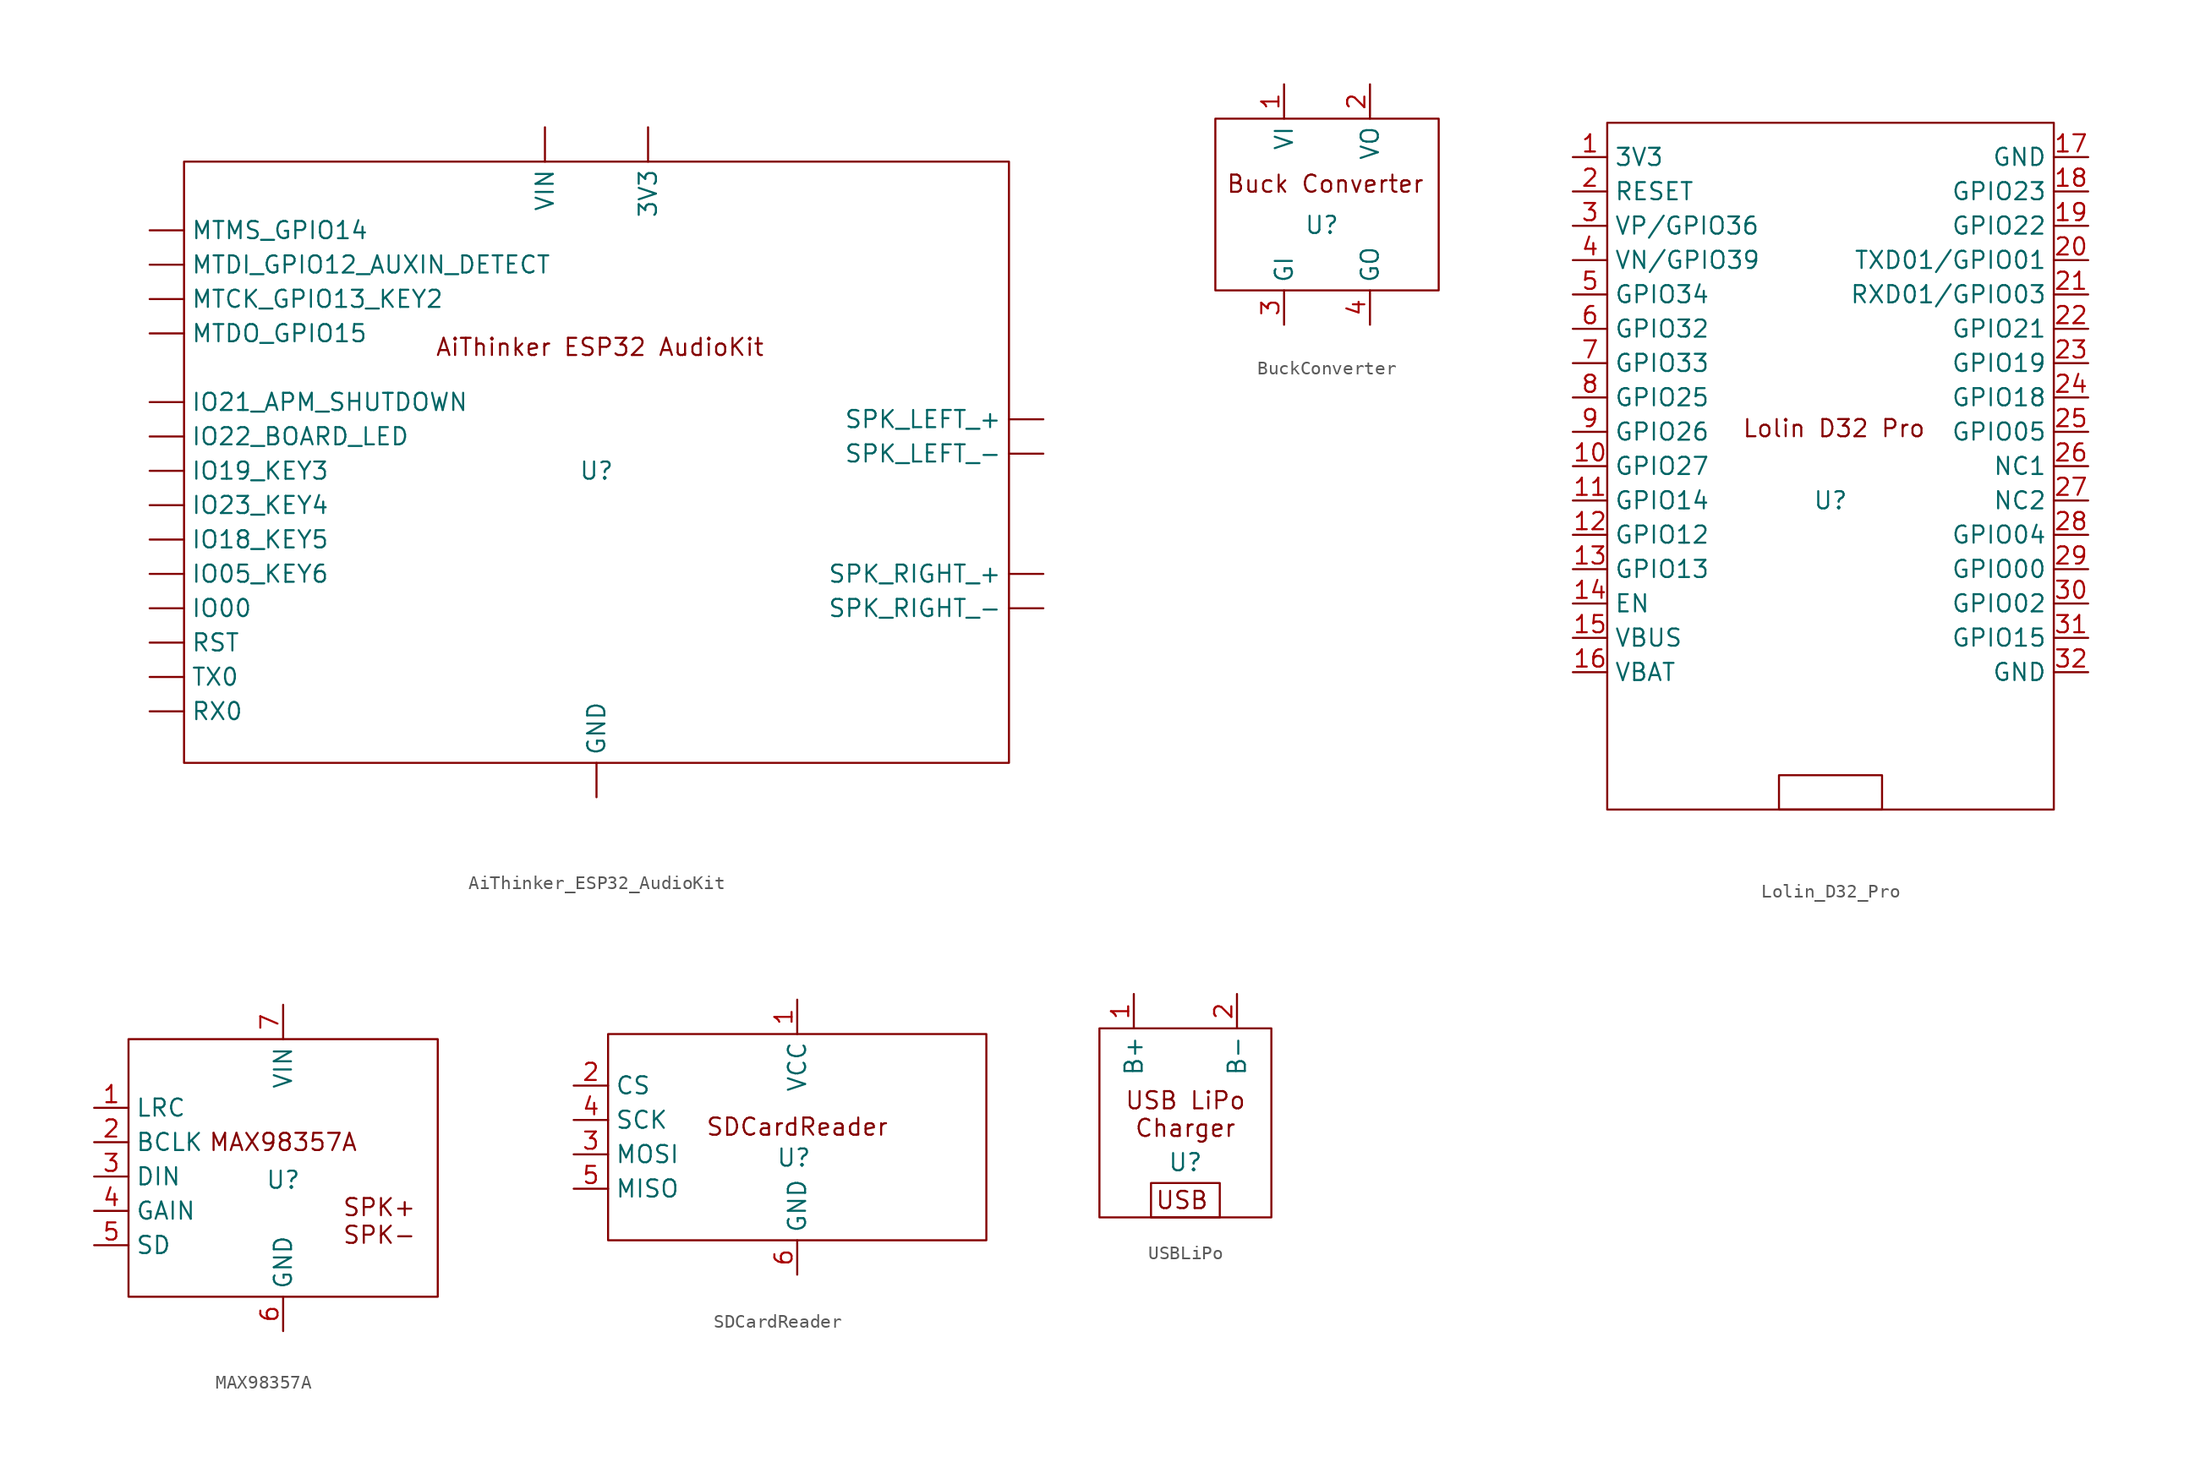
<source format=kicad_sym>
(kicad_symbol_lib
  (version 20241209)
  (generator "kicad_symbol_editor")
  (generator_version "9.0")
  (symbol "AiThinker_ESP32_AudioKit"
    (property "Reference" "U"
      (at 0 0 0)
      (effects (font (size 1.27 1.27))))
    (property "Value" ""
      (at 0 0 0)
      (effects (font (size 1.27 1.27))))
    (symbol "AiThinker_ESP32_AudioKit_0_1"
      (rectangle (start -30.48 22.86) (end 30.48 -21.59) (stroke (width 0) (type default)) (fill (type none))))
    (symbol "AiThinker_ESP32_AudioKit_1_1"
      (text "AiThinker ESP32 AudioKit" (at 0.254 9.144 0) (effects (font (size 1.27 1.27))))
      (pin bidirectional line (at -33.02 17.78 0) (length 2.54) (name "MTMS_GPIO14" (effects (font (size 1.27 1.27)))) (number "" (effects (font (size 1.27 1.27)))))
      (pin bidirectional line (at -33.02 15.24 0) (length 2.54) (name "MTDI_GPIO12_AUXIN_DETECT" (effects (font (size 1.27 1.27)))) (number "" (effects (font (size 1.27 1.27)))))
      (pin bidirectional line (at -33.02 12.7 0) (length 2.54) (name "MTCK_GPIO13_KEY2" (effects (font (size 1.27 1.27)))) (number "" (effects (font (size 1.27 1.27)))))
      (pin bidirectional line (at -33.02 10.16 0) (length 2.54) (name "MTDO_GPIO15" (effects (font (size 1.27 1.27)))) (number "" (effects (font (size 1.27 1.27)))))
      (pin bidirectional line (at -33.02 5.08 0) (length 2.54) (name "IO21_APM_SHUTDOWN" (effects (font (size 1.27 1.27)))) (number "" (effects (font (size 1.27 1.27)))))
      (pin bidirectional line (at -33.02 2.54 0) (length 2.54) (name "IO22_BOARD_LED" (effects (font (size 1.27 1.27)))) (number "" (effects (font (size 1.27 1.27)))))
      (pin bidirectional line (at -33.02 0 0) (length 2.54) (name "IO19_KEY3" (effects (font (size 1.27 1.27)))) (number "" (effects (font (size 1.27 1.27)))))
      (pin bidirectional line (at -33.02 -2.54 0) (length 2.54) (name "IO23_KEY4" (effects (font (size 1.27 1.27)))) (number "" (effects (font (size 1.27 1.27)))))
      (pin bidirectional line (at -33.02 -5.08 0) (length 2.54) (name "IO18_KEY5" (effects (font (size 1.27 1.27)))) (number "" (effects (font (size 1.27 1.27)))))
      (pin bidirectional line (at -33.02 -7.62 0) (length 2.54) (name "IO05_KEY6" (effects (font (size 1.27 1.27)))) (number "" (effects (font (size 1.27 1.27)))))
      (pin bidirectional line (at -33.02 -10.16 0) (length 2.54) (name "IO00" (effects (font (size 1.27 1.27)))) (number "" (effects (font (size 1.27 1.27)))))
      (pin bidirectional line (at -33.02 -12.7 0) (length 2.54) (name "RST" (effects (font (size 1.27 1.27)))) (number "" (effects (font (size 1.27 1.27)))))
      (pin bidirectional line (at -33.02 -15.24 0) (length 2.54) (name "TX0" (effects (font (size 1.27 1.27)))) (number "" (effects (font (size 1.27 1.27)))))
      (pin bidirectional line (at -33.02 -17.78 0) (length 2.54) (name "RX0" (effects (font (size 1.27 1.27)))) (number "" (effects (font (size 1.27 1.27)))))
      (pin power_in line (at -3.81 25.4 270) (length 2.54) (name "VIN" (effects (font (size 1.27 1.27)))) (number "" (effects (font (size 1.27 1.27)))))
      (pin power_in line (at 0 -24.13 90) (length 2.54) (name "GND" (effects (font (size 1.27 1.27)))) (number "" (effects (font (size 1.27 1.27)))))
      (pin power_out line (at 3.81 25.4 270) (length 2.54) (name "3V3" (effects (font (size 1.27 1.27)))) (number "" (effects (font (size 1.27 1.27)))))
      (pin output line (at 33.02 3.81 180) (length 2.54) (name "SPK_LEFT_+" (effects (font (size 1.27 1.27)))) (number "" (effects (font (size 1.27 1.27)))))
      (pin output line (at 33.02 1.27 180) (length 2.54) (name "SPK_LEFT_-" (effects (font (size 1.27 1.27)))) (number "" (effects (font (size 1.27 1.27)))))
      (pin output line (at 33.02 -7.62 180) (length 2.54) (name "SPK_RIGHT_+" (effects (font (size 1.27 1.27)))) (number "" (effects (font (size 1.27 1.27)))))
      (pin output line (at 33.02 -10.16 180) (length 2.54) (name "SPK_RIGHT_-" (effects (font (size 1.27 1.27)))) (number "" (effects (font (size 1.27 1.27)))))))
  (symbol "BuckConverter"
    (property "Reference" "U"
      (at 0.254 -0.254 0)
      (effects (font (size 1.27 1.27))))
    (property "Value" ""
      (at 0 1.27 0)
      (effects (font (size 1.27 1.27))))
    (symbol "BuckConverter_0_1"
      (rectangle (start -7.62 7.62) (end 8.89 -5.08) (stroke (width 0) (type default)) (fill (type none))))
    (symbol "BuckConverter_1_1"
      (text "Buck Converter\n" (at 0.508 2.794 0) (effects (font (size 1.27 1.27))))
      (pin power_in line (at -2.54 10.16 270) (length 2.54) (name "VI" (effects (font (size 1.27 1.27)))) (number "1" (effects (font (size 1.27 1.27)))))
      (pin power_in line (at -2.54 -7.62 90) (length 2.54) (name "GI" (effects (font (size 1.27 1.27)))) (number "3" (effects (font (size 1.27 1.27)))))
      (pin power_in line (at 3.81 10.16 270) (length 2.54) (name "VO" (effects (font (size 1.27 1.27)))) (number "2" (effects (font (size 1.27 1.27)))))
      (pin power_in line (at 3.81 -7.62 90) (length 2.54) (name "GO" (effects (font (size 1.27 1.27)))) (number "4" (effects (font (size 1.27 1.27)))))))
  (symbol "Lolin_D32_Pro"
    (property "Reference" "U"
      (at 0 0 0)
      (effects (font (size 1.27 1.27))))
    (property "Value" ""
      (at 0 0 0)
      (effects (font (size 1.27 1.27))))
    (symbol "Lolin_D32_Pro_0_1"
      (rectangle (start -16.51 27.94) (end 16.51 -22.86) (stroke (width 0) (type default)) (fill (type none)))
      (rectangle (start -3.81 -20.32) (end 3.81 -22.86) (stroke (width 0) (type default)) (fill (type none))))
    (symbol "Lolin_D32_Pro_1_1"
      (text "Lolin D32 Pro" (at 0.254 5.334 0) (effects (font (size 1.27 1.27))))
      (pin power_in line (at -19.05 25.4 0) (length 2.54) (name "3V3" (effects (font (size 1.27 1.27)))) (number "1" (effects (font (size 1.27 1.27)))))
      (pin input line (at -19.05 22.86 0) (length 2.54) (name "RESET" (effects (font (size 1.27 1.27)))) (number "2" (effects (font (size 1.27 1.27)))))
      (pin input line (at -19.05 20.32 0) (length 2.54) (name "VP/GPIO36" (effects (font (size 1.27 1.27)))) (number "3" (effects (font (size 1.27 1.27)))))
      (pin input line (at -19.05 17.78 0) (length 2.54) (name "VN/GPIO39" (effects (font (size 1.27 1.27)))) (number "4" (effects (font (size 1.27 1.27)))))
      (pin input line (at -19.05 15.24 0) (length 2.54) (name "GPIO34" (effects (font (size 1.27 1.27)))) (number "5" (effects (font (size 1.27 1.27)))))
      (pin input line (at -19.05 12.7 0) (length 2.54) (name "GPIO32" (effects (font (size 1.27 1.27)))) (number "6" (effects (font (size 1.27 1.27)))))
      (pin bidirectional line (at -19.05 10.16 0) (length 2.54) (name "GPIO33" (effects (font (size 1.27 1.27)))) (number "7" (effects (font (size 1.27 1.27)))))
      (pin bidirectional line (at -19.05 7.62 0) (length 2.54) (name "GPIO25" (effects (font (size 1.27 1.27)))) (number "8" (effects (font (size 1.27 1.27)))))
      (pin bidirectional line (at -19.05 5.08 0) (length 2.54) (name "GPIO26" (effects (font (size 1.27 1.27)))) (number "9" (effects (font (size 1.27 1.27)))))
      (pin bidirectional line (at -19.05 2.54 0) (length 2.54) (name "GPIO27" (effects (font (size 1.27 1.27)))) (number "10" (effects (font (size 1.27 1.27)))))
      (pin bidirectional line (at -19.05 0 0) (length 2.54) (name "GPIO14" (effects (font (size 1.27 1.27)))) (number "11" (effects (font (size 1.27 1.27)))))
      (pin bidirectional line (at -19.05 -2.54 0) (length 2.54) (name "GPIO12" (effects (font (size 1.27 1.27)))) (number "12" (effects (font (size 1.27 1.27)))))
      (pin bidirectional line (at -19.05 -5.08 0) (length 2.54) (name "GPIO13" (effects (font (size 1.27 1.27)))) (number "13" (effects (font (size 1.27 1.27)))))
      (pin bidirectional line (at -19.05 -7.62 0) (length 2.54) (name "EN" (effects (font (size 1.27 1.27)))) (number "14" (effects (font (size 1.27 1.27)))))
      (pin power_in line (at -19.05 -10.16 0) (length 2.54) (name "VBUS" (effects (font (size 1.27 1.27)))) (number "15" (effects (font (size 1.27 1.27)))))
      (pin power_in line (at -19.05 -12.7 0) (length 2.54) (name "VBAT" (effects (font (size 1.27 1.27)))) (number "16" (effects (font (size 1.27 1.27)))))
      (pin power_in line (at 19.05 25.4 180) (length 2.54) (name "GND" (effects (font (size 1.27 1.27)))) (number "17" (effects (font (size 1.27 1.27)))))
      (pin bidirectional line (at 19.05 22.86 180) (length 2.54) (name "GPIO23" (effects (font (size 1.27 1.27)))) (number "18" (effects (font (size 1.27 1.27)))))
      (pin bidirectional line (at 19.05 20.32 180) (length 2.54) (name "GPIO22" (effects (font (size 1.27 1.27)))) (number "19" (effects (font (size 1.27 1.27)))))
      (pin bidirectional line (at 19.05 17.78 180) (length 2.54) (name "TXD01/GPIO01" (effects (font (size 1.27 1.27)))) (number "20" (effects (font (size 1.27 1.27)))))
      (pin bidirectional line (at 19.05 15.24 180) (length 2.54) (name "RXD01/GPIO03" (effects (font (size 1.27 1.27)))) (number "21" (effects (font (size 1.27 1.27)))))
      (pin bidirectional line (at 19.05 12.7 180) (length 2.54) (name "GPIO21" (effects (font (size 1.27 1.27)))) (number "22" (effects (font (size 1.27 1.27)))))
      (pin bidirectional line (at 19.05 10.16 180) (length 2.54) (name "GPIO19" (effects (font (size 1.27 1.27)))) (number "23" (effects (font (size 1.27 1.27)))))
      (pin bidirectional line (at 19.05 7.62 180) (length 2.54) (name "GPIO18" (effects (font (size 1.27 1.27)))) (number "24" (effects (font (size 1.27 1.27)))))
      (pin bidirectional line (at 19.05 5.08 180) (length 2.54) (name "GPIO05" (effects (font (size 1.27 1.27)))) (number "25" (effects (font (size 1.27 1.27)))))
      (pin bidirectional line (at 19.05 2.54 180) (length 2.54) (name "NC1" (effects (font (size 1.27 1.27)))) (number "26" (effects (font (size 1.27 1.27)))))
      (pin bidirectional line (at 19.05 0 180) (length 2.54) (name "NC2" (effects (font (size 1.27 1.27)))) (number "27" (effects (font (size 1.27 1.27)))))
      (pin bidirectional line (at 19.05 -2.54 180) (length 2.54) (name "GPIO04" (effects (font (size 1.27 1.27)))) (number "28" (effects (font (size 1.27 1.27)))))
      (pin bidirectional line (at 19.05 -5.08 180) (length 2.54) (name "GPIO00" (effects (font (size 1.27 1.27)))) (number "29" (effects (font (size 1.27 1.27)))))
      (pin bidirectional line (at 19.05 -7.62 180) (length 2.54) (name "GPIO02" (effects (font (size 1.27 1.27)))) (number "30" (effects (font (size 1.27 1.27)))))
      (pin bidirectional line (at 19.05 -10.16 180) (length 2.54) (name "GPIO15" (effects (font (size 1.27 1.27)))) (number "31" (effects (font (size 1.27 1.27)))))
      (pin power_in line (at 19.05 -12.7 180) (length 2.54) (name "GND" (effects (font (size 1.27 1.27)))) (number "32" (effects (font (size 1.27 1.27)))))))
  (symbol "MAX98357A"
    (property "Reference" "U"
      (at 0 -0.254 0)
      (effects (font (size 1.27 1.27))))
    (property "Value" ""
      (at 0 0 0)
      (effects (font (size 1.27 1.27))))
    (symbol "MAX98357A_0_1"
      (rectangle (start -11.43 10.16) (end 11.43 -8.89) (stroke (width 0) (type default)) (fill (type none))))
    (symbol "MAX98357A_1_1"
      (text "MAX98357A\n" (at 0 2.54 0) (effects (font (size 1.27 1.27))))
      (text "SPK+\nSPK-\n" (at 7.112 -3.302 0) (effects (font (size 1.27 1.27))))
      (pin input line (at -13.97 5.08 0) (length 2.54) (name "LRC" (effects (font (size 1.27 1.27)))) (number "1" (effects (font (size 1.27 1.27)))))
      (pin input line (at -13.97 2.54 0) (length 2.54) (name "BCLK" (effects (font (size 1.27 1.27)))) (number "2" (effects (font (size 1.27 1.27)))))
      (pin input line (at -13.97 0 0) (length 2.54) (name "DIN" (effects (font (size 1.27 1.27)))) (number "3" (effects (font (size 1.27 1.27)))))
      (pin input line (at -13.97 -2.54 0) (length 2.54) (name "GAIN" (effects (font (size 1.27 1.27)))) (number "4" (effects (font (size 1.27 1.27)))))
      (pin input line (at -13.97 -5.08 0) (length 2.54) (name "SD" (effects (font (size 1.27 1.27)))) (number "5" (effects (font (size 1.27 1.27)))))
      (pin power_in line (at 0 12.7 270) (length 2.54) (name "VIN" (effects (font (size 1.27 1.27)))) (number "7" (effects (font (size 1.27 1.27)))))
      (pin power_in line (at 0 -11.43 90) (length 2.54) (name "GND" (effects (font (size 1.27 1.27)))) (number "6" (effects (font (size 1.27 1.27)))))))
  (symbol "SDCardReader"
    (property "Reference" "U"
      (at -0.254 -1.524 0)
      (effects (font (size 1.27 1.27))))
    (property "Value" ""
      (at 0 0 0)
      (effects (font (size 1.27 1.27))))
    (symbol "SDCardReader_0_1"
      (rectangle (start -13.97 7.62) (end 13.97 -7.62) (stroke (width 0) (type default)) (fill (type none))))
    (symbol "SDCardReader_1_1"
      (text "SDCardReader" (at 0 0.762 0) (effects (font (size 1.27 1.27))))
      (pin bidirectional line (at -16.51 3.81 0) (length 2.54) (name "CS" (effects (font (size 1.27 1.27)))) (number "2" (effects (font (size 1.27 1.27)))))
      (pin bidirectional line (at -16.51 1.27 0) (length 2.54) (name "SCK" (effects (font (size 1.27 1.27)))) (number "4" (effects (font (size 1.27 1.27)))))
      (pin bidirectional line (at -16.51 -1.27 0) (length 2.54) (name "MOSI" (effects (font (size 1.27 1.27)))) (number "3" (effects (font (size 1.27 1.27)))))
      (pin bidirectional line (at -16.51 -3.81 0) (length 2.54) (name "MISO" (effects (font (size 1.27 1.27)))) (number "5" (effects (font (size 1.27 1.27)))))
      (pin power_in line (at 0 10.16 270) (length 2.54) (name "VCC" (effects (font (size 1.27 1.27)))) (number "1" (effects (font (size 1.27 1.27)))))
      (pin power_in line (at 0 -10.16 90) (length 2.54) (name "GND" (effects (font (size 1.27 1.27)))) (number "6" (effects (font (size 1.27 1.27)))))))
  (symbol "USBLiPo"
    (property "Reference" "U"
      (at 0 -1.016 0)
      (effects (font (size 1.27 1.27))))
    (property "Value" ""
      (at 0 0 0)
      (effects (font (size 1.27 1.27))))
    (symbol "USBLiPo_0_1"
      (rectangle (start -6.35 8.89) (end 6.35 -5.08) (stroke (width 0) (type default)) (fill (type none)))
      (rectangle (start -2.54 -2.54) (end 2.54 -5.08) (stroke (width 0) (type default)) (fill (type none))))
    (symbol "USBLiPo_1_1"
      (text "USB" (at -0.254 -3.81 0) (effects (font (size 1.27 1.27))))
      (text "USB LiPo\nCharger" (at 0 2.54 0) (effects (font (size 1.27 1.27))))
      (pin power_in line (at -3.81 11.43 270) (length 2.54) (name "B+" (effects (font (size 1.27 1.27)))) (number "1" (effects (font (size 1.27 1.27)))))
      (pin power_in line (at 3.81 11.43 270) (length 2.54) (name "B-" (effects (font (size 1.27 1.27)))) (number "2" (effects (font (size 1.27 1.27))))))))
</source>
